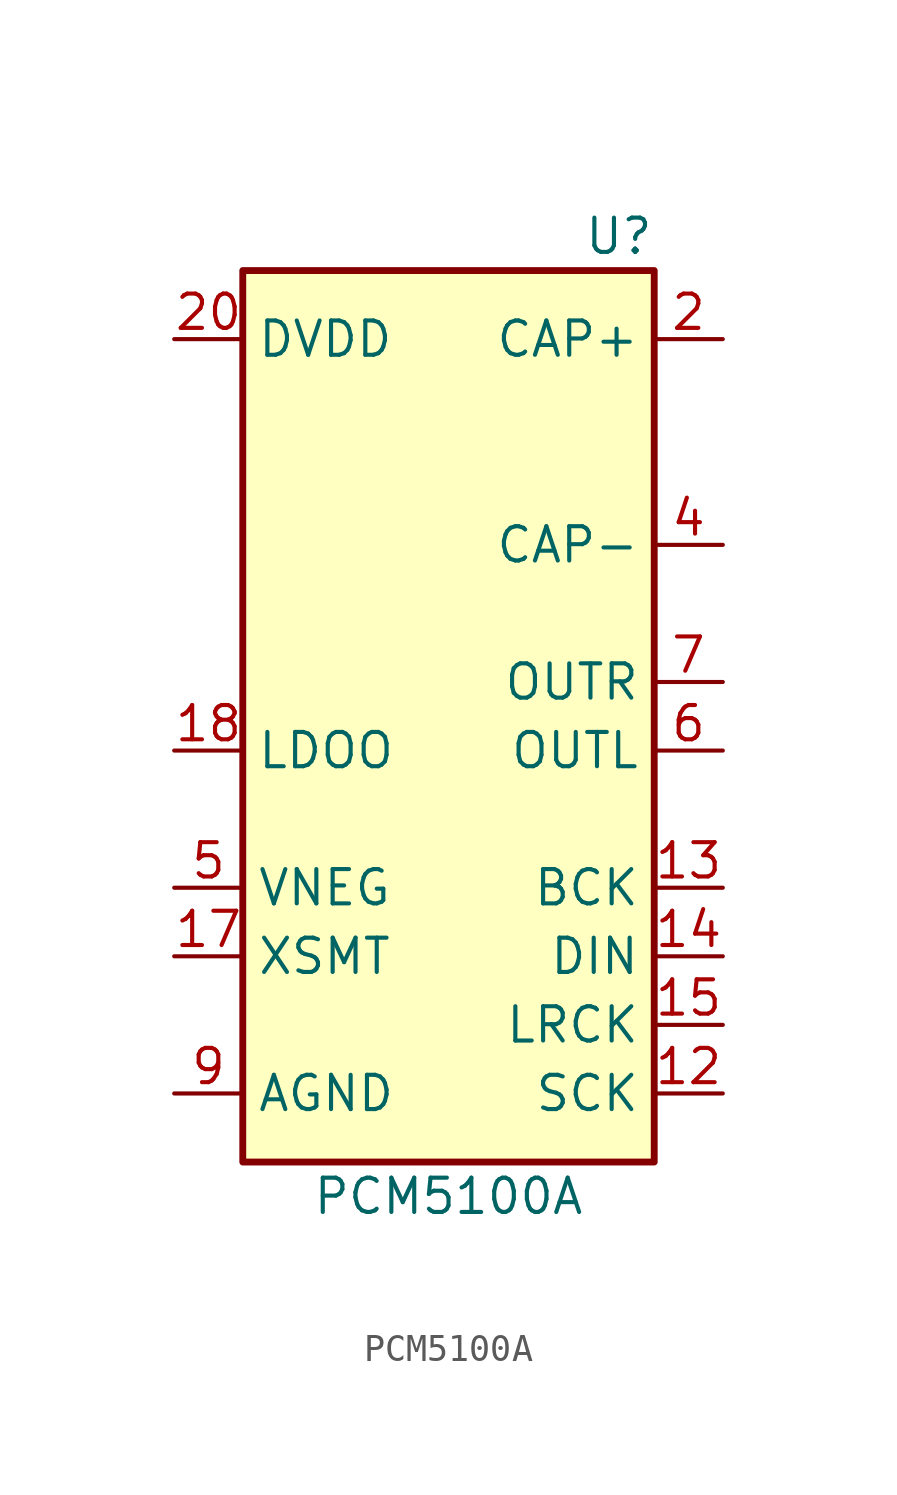
<source format=kicad_sym>
(kicad_symbol_lib
  (version 20231120)
  (generator "kicad_symbol_editor")
  (generator_version "8.99")
  (symbol "PCM5100A"
    (property "Reference" "U"
      (at 7.62 13.97 0)
      (effects (font (size 1.27 1.27)) (justify right)))
    (property "Value" "PCM5100A"
      (at 0 -21.59 0)
      (effects (font (size 1.27 1.27))))
    (symbol "PCM5100A_0_1"
      (rectangle (start -7.62 12.7) (end 7.62 -20.32) (stroke (width 0.254) (type default)) (fill (type background))))
    (symbol "PCM5100A_1_1"
      (pin passive line (at -10.16 10.16 0) (length 2.54) hide (name "CPVDD" (effects (font (size 1.27 1.27)))) (number "1" (effects (font (size 1.27 1.27)))))
      (pin power_in line (at -10.16 10.16 0) (length 2.54) (name "DVDD" (effects (font (size 1.27 1.27)))) (number "20" (effects (font (size 1.27 1.27)))))
      (pin passive line (at -10.16 10.16 0) (length 2.54) hide (name "AVDD" (effects (font (size 1.27 1.27)))) (number "8" (effects (font (size 1.27 1.27)))))
      (pin passive line (at -10.16 -5.08 0) (length 2.54) (name "LDOO" (effects (font (size 1.27 1.27)))) (number "18" (effects (font (size 1.27 1.27)))))
      (pin passive line (at -10.16 -10.16 0) (length 2.54) (name "VNEG" (effects (font (size 1.27 1.27)))) (number "5" (effects (font (size 1.27 1.27)))))
      (pin input line (at -10.16 -12.7 0) (length 2.54) (name "XSMT" (effects (font (size 1.27 1.27)))) (number "17" (effects (font (size 1.27 1.27)))))
      (pin passive line (at -10.16 -17.78 0) (length 2.54) hide (name "DEMP" (effects (font (size 1.27 1.27)))) (number "10" (effects (font (size 1.27 1.27)))))
      (pin passive line (at -10.16 -17.78 0) (length 2.54) hide (name "FLT" (effects (font (size 1.27 1.27)))) (number "11" (effects (font (size 1.27 1.27)))))
      (pin passive line (at -10.16 -17.78 0) (length 2.54) hide (name "FMT" (effects (font (size 1.27 1.27)))) (number "16" (effects (font (size 1.27 1.27)))))
      (pin passive line (at -10.16 -17.78 0) (length 2.54) hide (name "DGND" (effects (font (size 1.27 1.27)))) (number "19" (effects (font (size 1.27 1.27)))))
      (pin passive line (at -10.16 -17.78 0) (length 2.54) hide (name "CPGND" (effects (font (size 1.27 1.27)))) (number "3" (effects (font (size 1.27 1.27)))))
      (pin power_in line (at -10.16 -17.78 0) (length 2.54) (name "AGND" (effects (font (size 1.27 1.27)))) (number "9" (effects (font (size 1.27 1.27)))))
      (pin passive line (at 10.16 10.16 180) (length 2.54) (name "CAP+" (effects (font (size 1.27 1.27)))) (number "2" (effects (font (size 1.27 1.27)))))
      (pin passive line (at 10.16 2.54 180) (length 2.54) (name "CAP-" (effects (font (size 1.27 1.27)))) (number "4" (effects (font (size 1.27 1.27)))))
      (pin output line (at 10.16 -2.54 180) (length 2.54) (name "OUTR" (effects (font (size 1.27 1.27)))) (number "7" (effects (font (size 1.27 1.27)))))
      (pin output line (at 10.16 -5.08 180) (length 2.54) (name "OUTL" (effects (font (size 1.27 1.27)))) (number "6" (effects (font (size 1.27 1.27)))))
      (pin input line (at 10.16 -10.16 180) (length 2.54) (name "BCK" (effects (font (size 1.27 1.27)))) (number "13" (effects (font (size 1.27 1.27)))))
      (pin input line (at 10.16 -12.7 180) (length 2.54) (name "DIN" (effects (font (size 1.27 1.27)))) (number "14" (effects (font (size 1.27 1.27)))))
      (pin input line (at 10.16 -15.24 180) (length 2.54) (name "LRCK" (effects (font (size 1.27 1.27)))) (number "15" (effects (font (size 1.27 1.27)))))
      (pin input line (at 10.16 -17.78 180) (length 2.54) (name "SCK" (effects (font (size 1.27 1.27)))) (number "12" (effects (font (size 1.27 1.27))))))))
</source>
